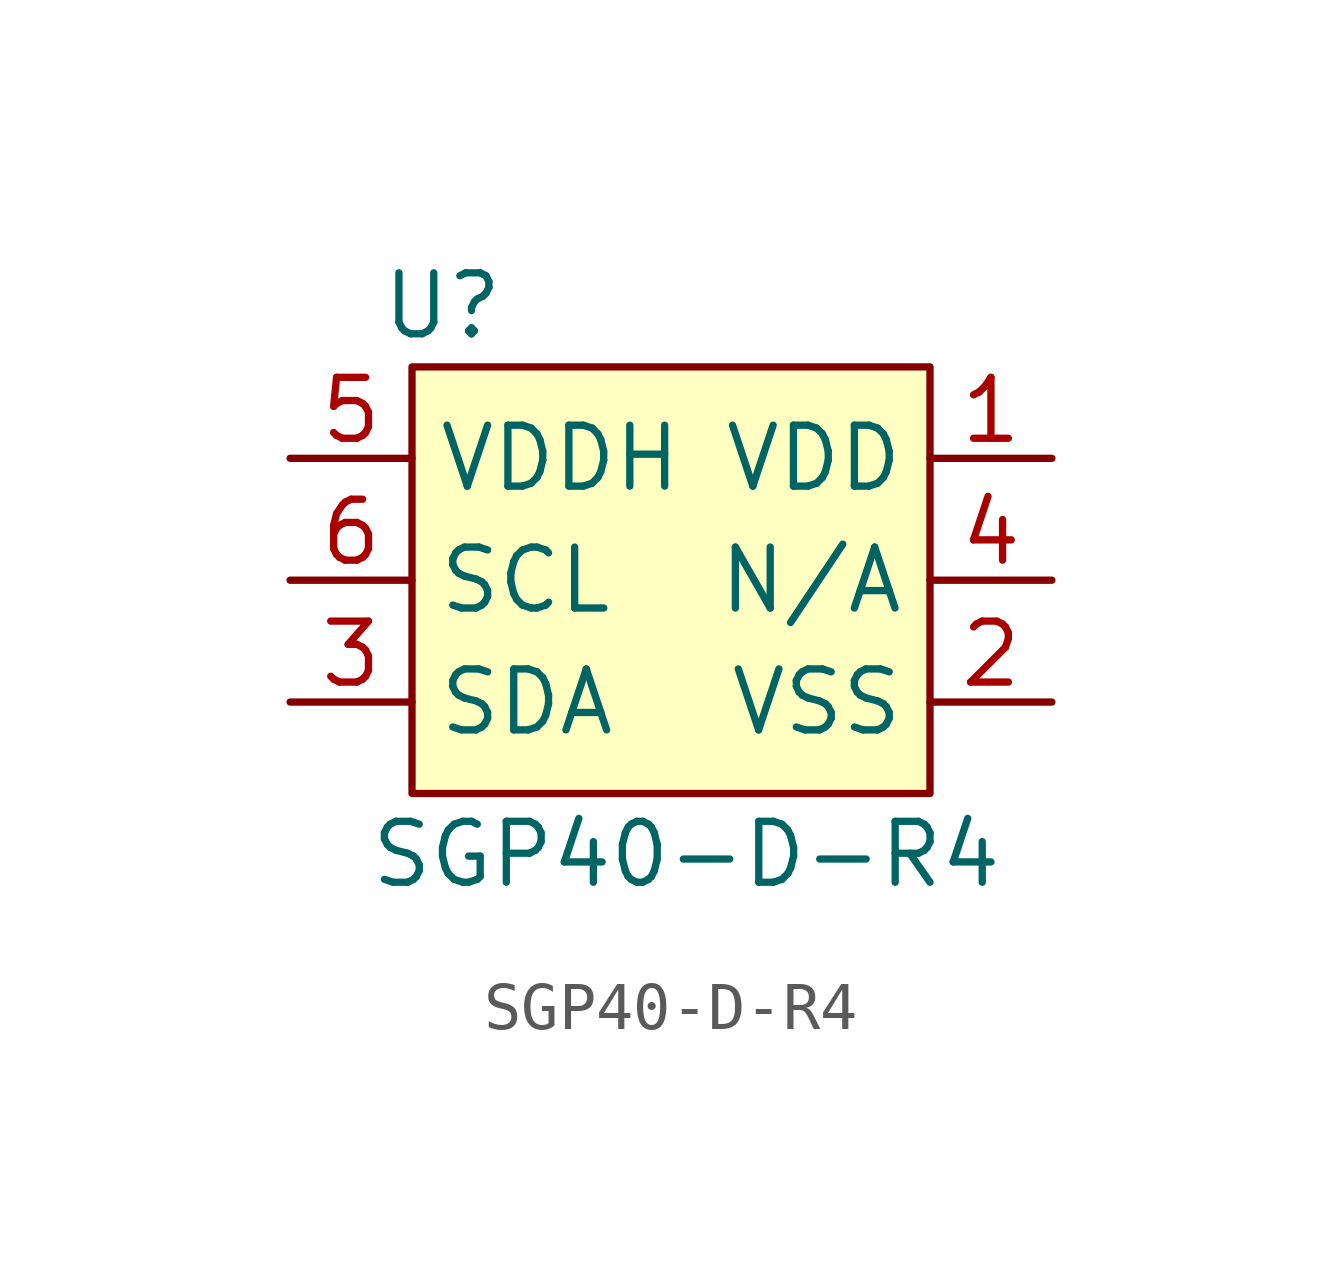
<source format=kicad_sym>
(kicad_symbol_lib
  (version 20211014)
  (generator kicad_symbol_editor)
  (symbol "SGP40-D-R4"
    (property "Reference" "U"
      (at -4.445 5.715 0)
      (effects (font (size 1.27 1.27))))
    (property "Value" "SGP40-D-R4"
      (at 0.635 -5.715 0)
      (effects (font (size 1.27 1.27))))
    (symbol "SGP40-D-R4_0_0"
      (pin power_in line (at 8.255 2.54 180) (length 2.54) (name "VDD" (effects (font (size 1.27 1.27)))) (number "1" (effects (font (size 1.27 1.27)))))
      (pin power_in line (at 8.255 -2.54 180) (length 2.54) (name "VSS" (effects (font (size 1.27 1.27)))) (number "2" (effects (font (size 1.27 1.27)))))
      (pin bidirectional line (at -7.62 -2.54 0) (length 2.54) (name "SDA" (effects (font (size 1.27 1.27)))) (number "3" (effects (font (size 1.27 1.27)))))
      (pin power_in line (at 8.255 0 180) (length 2.54) (name "N/A" (effects (font (size 1.27 1.27)))) (number "4" (effects (font (size 1.27 1.27))))))
    (symbol "SGP40-D-R4_0_1"
      (rectangle (start -5.08 4.445) (end 5.715 -4.445) (stroke (width 0) (type default) (color 0 0 0 0)) (fill (type background))))
    (symbol "SGP40-D-R4_1_1"
      (pin power_in line (at -7.62 2.54 0) (length 2.54) (name "VDDH" (effects (font (size 1.27 1.27)))) (number "5" (effects (font (size 1.27 1.27)))))
      (pin input line (at -7.62 0 0) (length 2.54) (name "SCL" (effects (font (size 1.27 1.27)))) (number "6" (effects (font (size 1.27 1.27))))))))
</source>
